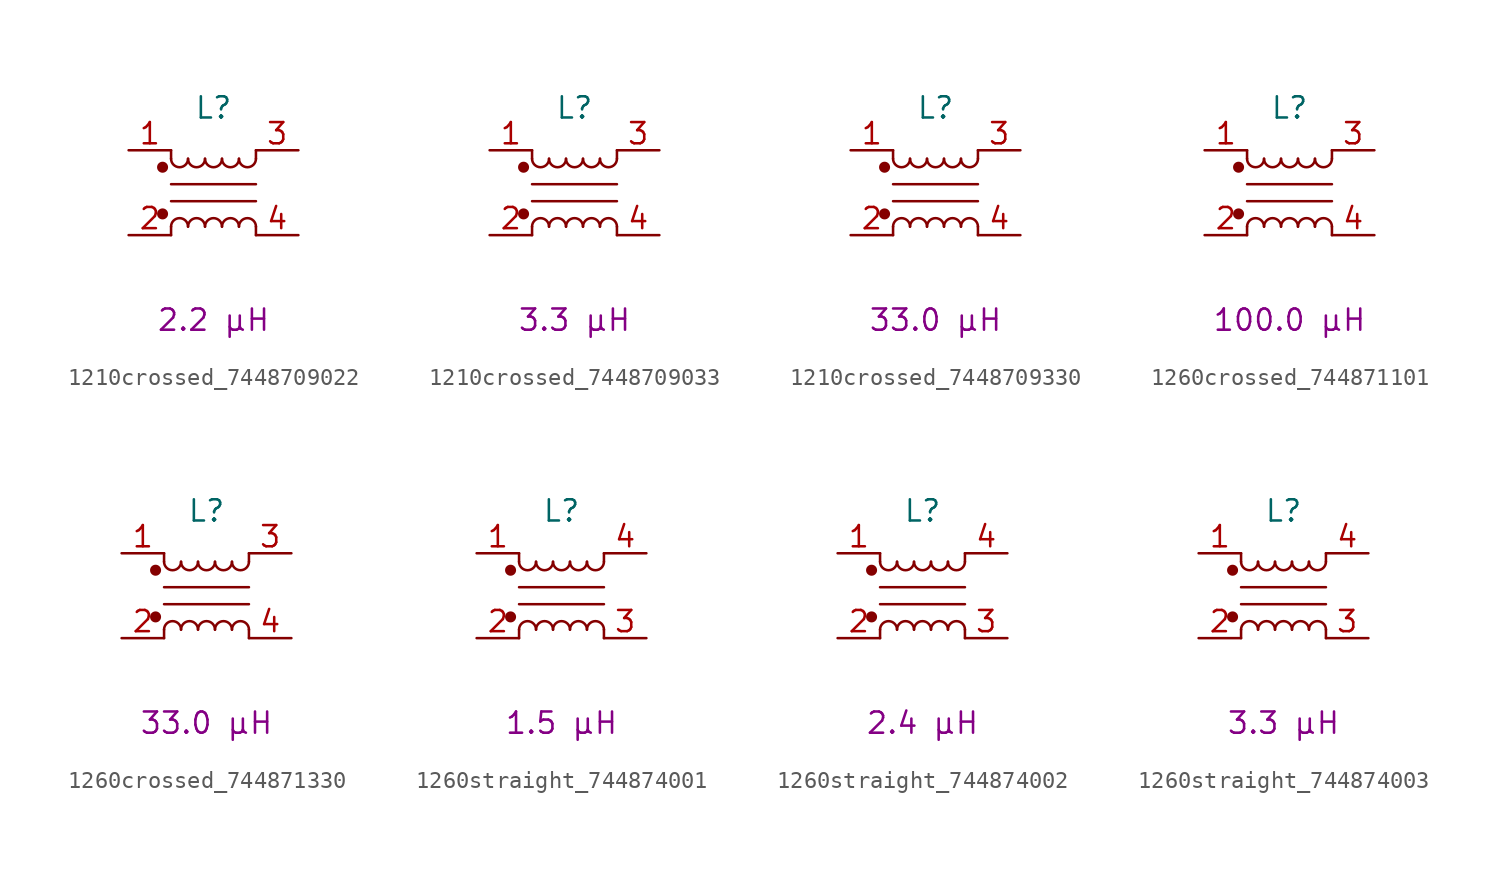
<source format=kicad_sym>
(kicad_symbol_lib
  (version 20241209)
  (generator "kicad_symbol_editor")
  (generator_version "9.0")
  (symbol "1210crossed_7448709022"
    (pin_names
      (hide yes))
    (property "Reference" "L"
      (at 0 5.08 0)
      (effects (font (size 1.27 1.27))))
    (property "Critical Parameter" "2.2 µH"
      (at 0 -7.62 0)
      (effects (font (size 1.27 1.27))))
    (symbol "1210crossed_7448709022_0_1"
      (circle (center -3.048 1.524) (radius 0.254) (stroke (width 0) (type default)) (fill (type outline)))
      (circle (center -3.048 -1.27) (radius 0.254) (stroke (width 0) (type default)) (fill (type outline)))
      (polyline (pts (xy -2.54 2.032) (xy -2.54 2.54)) (stroke (width 0) (type default)) (fill (type none)))
      (polyline (pts (xy -2.54 0.508) (xy 2.54 0.508)) (stroke (width 0) (type default)) (fill (type none)))
      (polyline (pts (xy -2.54 -2.032) (xy -2.54 -2.54)) (stroke (width 0) (type default)) (fill (type none)))
      (arc (start -1.524 2.032) (mid -2.032 1.5262) (end -2.54 2.032) (stroke (width 0) (type default)) (fill (type none)))
      (arc (start -2.54 -2.032) (mid -2.032 -1.5262) (end -1.524 -2.032) (stroke (width 0) (type default)) (fill (type none)))
      (arc (start -0.508 2.032) (mid -1.016 1.5262) (end -1.524 2.032) (stroke (width 0) (type default)) (fill (type none)))
      (arc (start -1.524 -2.032) (mid -1.016 -1.5262) (end -0.508 -2.032) (stroke (width 0) (type default)) (fill (type none)))
      (arc (start 0.508 2.032) (mid 0 1.5262) (end -0.508 2.032) (stroke (width 0) (type default)) (fill (type none)))
      (arc (start -0.508 -2.032) (mid 0 -1.5262) (end 0.508 -2.032) (stroke (width 0) (type default)) (fill (type none)))
      (arc (start 1.524 2.032) (mid 1.016 1.5262) (end 0.508 2.032) (stroke (width 0) (type default)) (fill (type none)))
      (arc (start 0.508 -2.032) (mid 1.016 -1.5262) (end 1.524 -2.032) (stroke (width 0) (type default)) (fill (type none)))
      (arc (start 2.54 2.032) (mid 2.032 1.5262) (end 1.524 2.032) (stroke (width 0) (type default)) (fill (type none)))
      (arc (start 1.524 -2.032) (mid 2.032 -1.5262) (end 2.54 -2.032) (stroke (width 0) (type default)) (fill (type none)))
      (polyline (pts (xy 2.54 2.54) (xy 2.54 2.032)) (stroke (width 0) (type default)) (fill (type none)))
      (polyline (pts (xy 2.54 -0.508) (xy -2.54 -0.508)) (stroke (width 0) (type default)) (fill (type none)))
      (polyline (pts (xy 2.54 -2.032) (xy 2.54 -2.54)) (stroke (width 0) (type default)) (fill (type none))))
    (symbol "1210crossed_7448709022_1_1"
      (pin passive line (at -5.08 2.54 0) (length 2.54) (name "1" (effects (font (size 1.27 1.27)))) (number "1" (effects (font (size 1.27 1.27)))))
      (pin passive line (at -5.08 -2.54 0) (length 2.54) (name "2" (effects (font (size 1.27 1.27)))) (number "2" (effects (font (size 1.27 1.27)))))
      (pin passive line (at 5.08 2.54 180) (length 2.54) (name "3" (effects (font (size 1.27 1.27)))) (number "3" (effects (font (size 1.27 1.27)))))
      (pin passive line (at 5.08 -2.54 180) (length 2.54) (name "4" (effects (font (size 1.27 1.27)))) (number "4" (effects (font (size 1.27 1.27)))))))
  (symbol "1210crossed_7448709033"
    (pin_names
      (hide yes))
    (property "Reference" "L"
      (at 0 5.08 0)
      (effects (font (size 1.27 1.27))))
    (property "Critical Parameter" "3.3 µH"
      (at 0 -7.62 0)
      (effects (font (size 1.27 1.27))))
    (symbol "1210crossed_7448709033_0_1"
      (circle (center -3.048 1.524) (radius 0.254) (stroke (width 0) (type default)) (fill (type outline)))
      (circle (center -3.048 -1.27) (radius 0.254) (stroke (width 0) (type default)) (fill (type outline)))
      (polyline (pts (xy -2.54 2.032) (xy -2.54 2.54)) (stroke (width 0) (type default)) (fill (type none)))
      (polyline (pts (xy -2.54 0.508) (xy 2.54 0.508)) (stroke (width 0) (type default)) (fill (type none)))
      (polyline (pts (xy -2.54 -2.032) (xy -2.54 -2.54)) (stroke (width 0) (type default)) (fill (type none)))
      (arc (start -1.524 2.032) (mid -2.032 1.5262) (end -2.54 2.032) (stroke (width 0) (type default)) (fill (type none)))
      (arc (start -2.54 -2.032) (mid -2.032 -1.5262) (end -1.524 -2.032) (stroke (width 0) (type default)) (fill (type none)))
      (arc (start -0.508 2.032) (mid -1.016 1.5262) (end -1.524 2.032) (stroke (width 0) (type default)) (fill (type none)))
      (arc (start -1.524 -2.032) (mid -1.016 -1.5262) (end -0.508 -2.032) (stroke (width 0) (type default)) (fill (type none)))
      (arc (start 0.508 2.032) (mid 0 1.5262) (end -0.508 2.032) (stroke (width 0) (type default)) (fill (type none)))
      (arc (start -0.508 -2.032) (mid 0 -1.5262) (end 0.508 -2.032) (stroke (width 0) (type default)) (fill (type none)))
      (arc (start 1.524 2.032) (mid 1.016 1.5262) (end 0.508 2.032) (stroke (width 0) (type default)) (fill (type none)))
      (arc (start 0.508 -2.032) (mid 1.016 -1.5262) (end 1.524 -2.032) (stroke (width 0) (type default)) (fill (type none)))
      (arc (start 2.54 2.032) (mid 2.032 1.5262) (end 1.524 2.032) (stroke (width 0) (type default)) (fill (type none)))
      (arc (start 1.524 -2.032) (mid 2.032 -1.5262) (end 2.54 -2.032) (stroke (width 0) (type default)) (fill (type none)))
      (polyline (pts (xy 2.54 2.54) (xy 2.54 2.032)) (stroke (width 0) (type default)) (fill (type none)))
      (polyline (pts (xy 2.54 -0.508) (xy -2.54 -0.508)) (stroke (width 0) (type default)) (fill (type none)))
      (polyline (pts (xy 2.54 -2.032) (xy 2.54 -2.54)) (stroke (width 0) (type default)) (fill (type none))))
    (symbol "1210crossed_7448709033_1_1"
      (pin passive line (at -5.08 2.54 0) (length 2.54) (name "1" (effects (font (size 1.27 1.27)))) (number "1" (effects (font (size 1.27 1.27)))))
      (pin passive line (at -5.08 -2.54 0) (length 2.54) (name "2" (effects (font (size 1.27 1.27)))) (number "2" (effects (font (size 1.27 1.27)))))
      (pin passive line (at 5.08 2.54 180) (length 2.54) (name "3" (effects (font (size 1.27 1.27)))) (number "3" (effects (font (size 1.27 1.27)))))
      (pin passive line (at 5.08 -2.54 180) (length 2.54) (name "4" (effects (font (size 1.27 1.27)))) (number "4" (effects (font (size 1.27 1.27)))))))
  (symbol "1210crossed_7448709330"
    (pin_names
      (hide yes))
    (property "Reference" "L"
      (at 0 5.08 0)
      (effects (font (size 1.27 1.27))))
    (property "Critical Parameter" "33.0 µH"
      (at 0 -7.62 0)
      (effects (font (size 1.27 1.27))))
    (symbol "1210crossed_7448709330_0_1"
      (circle (center -3.048 1.524) (radius 0.254) (stroke (width 0) (type default)) (fill (type outline)))
      (circle (center -3.048 -1.27) (radius 0.254) (stroke (width 0) (type default)) (fill (type outline)))
      (polyline (pts (xy -2.54 2.032) (xy -2.54 2.54)) (stroke (width 0) (type default)) (fill (type none)))
      (polyline (pts (xy -2.54 0.508) (xy 2.54 0.508)) (stroke (width 0) (type default)) (fill (type none)))
      (polyline (pts (xy -2.54 -2.032) (xy -2.54 -2.54)) (stroke (width 0) (type default)) (fill (type none)))
      (arc (start -1.524 2.032) (mid -2.032 1.5262) (end -2.54 2.032) (stroke (width 0) (type default)) (fill (type none)))
      (arc (start -2.54 -2.032) (mid -2.032 -1.5262) (end -1.524 -2.032) (stroke (width 0) (type default)) (fill (type none)))
      (arc (start -0.508 2.032) (mid -1.016 1.5262) (end -1.524 2.032) (stroke (width 0) (type default)) (fill (type none)))
      (arc (start -1.524 -2.032) (mid -1.016 -1.5262) (end -0.508 -2.032) (stroke (width 0) (type default)) (fill (type none)))
      (arc (start 0.508 2.032) (mid 0 1.5262) (end -0.508 2.032) (stroke (width 0) (type default)) (fill (type none)))
      (arc (start -0.508 -2.032) (mid 0 -1.5262) (end 0.508 -2.032) (stroke (width 0) (type default)) (fill (type none)))
      (arc (start 1.524 2.032) (mid 1.016 1.5262) (end 0.508 2.032) (stroke (width 0) (type default)) (fill (type none)))
      (arc (start 0.508 -2.032) (mid 1.016 -1.5262) (end 1.524 -2.032) (stroke (width 0) (type default)) (fill (type none)))
      (arc (start 2.54 2.032) (mid 2.032 1.5262) (end 1.524 2.032) (stroke (width 0) (type default)) (fill (type none)))
      (arc (start 1.524 -2.032) (mid 2.032 -1.5262) (end 2.54 -2.032) (stroke (width 0) (type default)) (fill (type none)))
      (polyline (pts (xy 2.54 2.54) (xy 2.54 2.032)) (stroke (width 0) (type default)) (fill (type none)))
      (polyline (pts (xy 2.54 -0.508) (xy -2.54 -0.508)) (stroke (width 0) (type default)) (fill (type none)))
      (polyline (pts (xy 2.54 -2.032) (xy 2.54 -2.54)) (stroke (width 0) (type default)) (fill (type none))))
    (symbol "1210crossed_7448709330_1_1"
      (pin passive line (at -5.08 2.54 0) (length 2.54) (name "1" (effects (font (size 1.27 1.27)))) (number "1" (effects (font (size 1.27 1.27)))))
      (pin passive line (at -5.08 -2.54 0) (length 2.54) (name "2" (effects (font (size 1.27 1.27)))) (number "2" (effects (font (size 1.27 1.27)))))
      (pin passive line (at 5.08 2.54 180) (length 2.54) (name "3" (effects (font (size 1.27 1.27)))) (number "3" (effects (font (size 1.27 1.27)))))
      (pin passive line (at 5.08 -2.54 180) (length 2.54) (name "4" (effects (font (size 1.27 1.27)))) (number "4" (effects (font (size 1.27 1.27)))))))
  (symbol "1260crossed_744871101"
    (pin_names
      (hide yes))
    (property "Reference" "L"
      (at 0 5.08 0)
      (effects (font (size 1.27 1.27))))
    (property "Critical Parameter" "100.0 µH"
      (at 0 -7.62 0)
      (effects (font (size 1.27 1.27))))
    (symbol "1260crossed_744871101_0_1"
      (circle (center -3.048 1.524) (radius 0.254) (stroke (width 0) (type default)) (fill (type outline)))
      (circle (center -3.048 -1.27) (radius 0.254) (stroke (width 0) (type default)) (fill (type outline)))
      (polyline (pts (xy -2.54 2.032) (xy -2.54 2.54)) (stroke (width 0) (type default)) (fill (type none)))
      (polyline (pts (xy -2.54 0.508) (xy 2.54 0.508)) (stroke (width 0) (type default)) (fill (type none)))
      (polyline (pts (xy -2.54 -2.032) (xy -2.54 -2.54)) (stroke (width 0) (type default)) (fill (type none)))
      (arc (start -1.524 2.032) (mid -2.032 1.5262) (end -2.54 2.032) (stroke (width 0) (type default)) (fill (type none)))
      (arc (start -2.54 -2.032) (mid -2.032 -1.5262) (end -1.524 -2.032) (stroke (width 0) (type default)) (fill (type none)))
      (arc (start -0.508 2.032) (mid -1.016 1.5262) (end -1.524 2.032) (stroke (width 0) (type default)) (fill (type none)))
      (arc (start -1.524 -2.032) (mid -1.016 -1.5262) (end -0.508 -2.032) (stroke (width 0) (type default)) (fill (type none)))
      (arc (start 0.508 2.032) (mid 0 1.5262) (end -0.508 2.032) (stroke (width 0) (type default)) (fill (type none)))
      (arc (start -0.508 -2.032) (mid 0 -1.5262) (end 0.508 -2.032) (stroke (width 0) (type default)) (fill (type none)))
      (arc (start 1.524 2.032) (mid 1.016 1.5262) (end 0.508 2.032) (stroke (width 0) (type default)) (fill (type none)))
      (arc (start 0.508 -2.032) (mid 1.016 -1.5262) (end 1.524 -2.032) (stroke (width 0) (type default)) (fill (type none)))
      (arc (start 2.54 2.032) (mid 2.032 1.5262) (end 1.524 2.032) (stroke (width 0) (type default)) (fill (type none)))
      (arc (start 1.524 -2.032) (mid 2.032 -1.5262) (end 2.54 -2.032) (stroke (width 0) (type default)) (fill (type none)))
      (polyline (pts (xy 2.54 2.54) (xy 2.54 2.032)) (stroke (width 0) (type default)) (fill (type none)))
      (polyline (pts (xy 2.54 -0.508) (xy -2.54 -0.508)) (stroke (width 0) (type default)) (fill (type none)))
      (polyline (pts (xy 2.54 -2.032) (xy 2.54 -2.54)) (stroke (width 0) (type default)) (fill (type none))))
    (symbol "1260crossed_744871101_1_1"
      (pin passive line (at -5.08 2.54 0) (length 2.54) (name "1" (effects (font (size 1.27 1.27)))) (number "1" (effects (font (size 1.27 1.27)))))
      (pin passive line (at -5.08 -2.54 0) (length 2.54) (name "2" (effects (font (size 1.27 1.27)))) (number "2" (effects (font (size 1.27 1.27)))))
      (pin passive line (at 5.08 2.54 180) (length 2.54) (name "3" (effects (font (size 1.27 1.27)))) (number "3" (effects (font (size 1.27 1.27)))))
      (pin passive line (at 5.08 -2.54 180) (length 2.54) (name "4" (effects (font (size 1.27 1.27)))) (number "4" (effects (font (size 1.27 1.27)))))))
  (symbol "1260crossed_744871330"
    (pin_names
      (hide yes))
    (property "Reference" "L"
      (at 0 5.08 0)
      (effects (font (size 1.27 1.27))))
    (property "Critical Parameter" "33.0 µH"
      (at 0 -7.62 0)
      (effects (font (size 1.27 1.27))))
    (symbol "1260crossed_744871330_0_1"
      (circle (center -3.048 1.524) (radius 0.254) (stroke (width 0) (type default)) (fill (type outline)))
      (circle (center -3.048 -1.27) (radius 0.254) (stroke (width 0) (type default)) (fill (type outline)))
      (polyline (pts (xy -2.54 2.032) (xy -2.54 2.54)) (stroke (width 0) (type default)) (fill (type none)))
      (polyline (pts (xy -2.54 0.508) (xy 2.54 0.508)) (stroke (width 0) (type default)) (fill (type none)))
      (polyline (pts (xy -2.54 -2.032) (xy -2.54 -2.54)) (stroke (width 0) (type default)) (fill (type none)))
      (arc (start -1.524 2.032) (mid -2.032 1.5262) (end -2.54 2.032) (stroke (width 0) (type default)) (fill (type none)))
      (arc (start -2.54 -2.032) (mid -2.032 -1.5262) (end -1.524 -2.032) (stroke (width 0) (type default)) (fill (type none)))
      (arc (start -0.508 2.032) (mid -1.016 1.5262) (end -1.524 2.032) (stroke (width 0) (type default)) (fill (type none)))
      (arc (start -1.524 -2.032) (mid -1.016 -1.5262) (end -0.508 -2.032) (stroke (width 0) (type default)) (fill (type none)))
      (arc (start 0.508 2.032) (mid 0 1.5262) (end -0.508 2.032) (stroke (width 0) (type default)) (fill (type none)))
      (arc (start -0.508 -2.032) (mid 0 -1.5262) (end 0.508 -2.032) (stroke (width 0) (type default)) (fill (type none)))
      (arc (start 1.524 2.032) (mid 1.016 1.5262) (end 0.508 2.032) (stroke (width 0) (type default)) (fill (type none)))
      (arc (start 0.508 -2.032) (mid 1.016 -1.5262) (end 1.524 -2.032) (stroke (width 0) (type default)) (fill (type none)))
      (arc (start 2.54 2.032) (mid 2.032 1.5262) (end 1.524 2.032) (stroke (width 0) (type default)) (fill (type none)))
      (arc (start 1.524 -2.032) (mid 2.032 -1.5262) (end 2.54 -2.032) (stroke (width 0) (type default)) (fill (type none)))
      (polyline (pts (xy 2.54 2.54) (xy 2.54 2.032)) (stroke (width 0) (type default)) (fill (type none)))
      (polyline (pts (xy 2.54 -0.508) (xy -2.54 -0.508)) (stroke (width 0) (type default)) (fill (type none)))
      (polyline (pts (xy 2.54 -2.032) (xy 2.54 -2.54)) (stroke (width 0) (type default)) (fill (type none))))
    (symbol "1260crossed_744871330_1_1"
      (pin passive line (at -5.08 2.54 0) (length 2.54) (name "1" (effects (font (size 1.27 1.27)))) (number "1" (effects (font (size 1.27 1.27)))))
      (pin passive line (at -5.08 -2.54 0) (length 2.54) (name "2" (effects (font (size 1.27 1.27)))) (number "2" (effects (font (size 1.27 1.27)))))
      (pin passive line (at 5.08 2.54 180) (length 2.54) (name "3" (effects (font (size 1.27 1.27)))) (number "3" (effects (font (size 1.27 1.27)))))
      (pin passive line (at 5.08 -2.54 180) (length 2.54) (name "4" (effects (font (size 1.27 1.27)))) (number "4" (effects (font (size 1.27 1.27)))))))
  (symbol "1260straight_744874001"
    (pin_names
      (hide yes))
    (property "Reference" "L"
      (at 0 5.08 0)
      (effects (font (size 1.27 1.27))))
    (property "Critical Parameter" "1.5 µH"
      (at 0 -7.62 0)
      (effects (font (size 1.27 1.27))))
    (symbol "1260straight_744874001_0_1"
      (circle (center -3.048 1.524) (radius 0.254) (stroke (width 0) (type default)) (fill (type outline)))
      (circle (center -3.048 -1.27) (radius 0.254) (stroke (width 0) (type default)) (fill (type outline)))
      (polyline (pts (xy -2.54 2.032) (xy -2.54 2.54)) (stroke (width 0) (type default)) (fill (type none)))
      (polyline (pts (xy -2.54 0.508) (xy 2.54 0.508)) (stroke (width 0) (type default)) (fill (type none)))
      (polyline (pts (xy -2.54 -2.032) (xy -2.54 -2.54)) (stroke (width 0) (type default)) (fill (type none)))
      (arc (start -1.524 2.032) (mid -2.032 1.5262) (end -2.54 2.032) (stroke (width 0) (type default)) (fill (type none)))
      (arc (start -2.54 -2.032) (mid -2.032 -1.5262) (end -1.524 -2.032) (stroke (width 0) (type default)) (fill (type none)))
      (arc (start -0.508 2.032) (mid -1.016 1.5262) (end -1.524 2.032) (stroke (width 0) (type default)) (fill (type none)))
      (arc (start -1.524 -2.032) (mid -1.016 -1.5262) (end -0.508 -2.032) (stroke (width 0) (type default)) (fill (type none)))
      (arc (start 0.508 2.032) (mid 0 1.5262) (end -0.508 2.032) (stroke (width 0) (type default)) (fill (type none)))
      (arc (start -0.508 -2.032) (mid 0 -1.5262) (end 0.508 -2.032) (stroke (width 0) (type default)) (fill (type none)))
      (arc (start 1.524 2.032) (mid 1.016 1.5262) (end 0.508 2.032) (stroke (width 0) (type default)) (fill (type none)))
      (arc (start 0.508 -2.032) (mid 1.016 -1.5262) (end 1.524 -2.032) (stroke (width 0) (type default)) (fill (type none)))
      (arc (start 2.54 2.032) (mid 2.032 1.5262) (end 1.524 2.032) (stroke (width 0) (type default)) (fill (type none)))
      (arc (start 1.524 -2.032) (mid 2.032 -1.5262) (end 2.54 -2.032) (stroke (width 0) (type default)) (fill (type none)))
      (polyline (pts (xy 2.54 2.54) (xy 2.54 2.032)) (stroke (width 0) (type default)) (fill (type none)))
      (polyline (pts (xy 2.54 -0.508) (xy -2.54 -0.508)) (stroke (width 0) (type default)) (fill (type none)))
      (polyline (pts (xy 2.54 -2.032) (xy 2.54 -2.54)) (stroke (width 0) (type default)) (fill (type none))))
    (symbol "1260straight_744874001_1_1"
      (pin passive line (at -5.08 2.54 0) (length 2.54) (name "1" (effects (font (size 1.27 1.27)))) (number "1" (effects (font (size 1.27 1.27)))))
      (pin passive line (at -5.08 -2.54 0) (length 2.54) (name "2" (effects (font (size 1.27 1.27)))) (number "2" (effects (font (size 1.27 1.27)))))
      (pin passive line (at 5.08 2.54 180) (length 2.54) (name "4" (effects (font (size 1.27 1.27)))) (number "4" (effects (font (size 1.27 1.27)))))
      (pin passive line (at 5.08 -2.54 180) (length 2.54) (name "3" (effects (font (size 1.27 1.27)))) (number "3" (effects (font (size 1.27 1.27)))))))
  (symbol "1260straight_744874002"
    (pin_names
      (hide yes))
    (property "Reference" "L"
      (at 0 5.08 0)
      (effects (font (size 1.27 1.27))))
    (property "Critical Parameter" "2.4 µH"
      (at 0 -7.62 0)
      (effects (font (size 1.27 1.27))))
    (symbol "1260straight_744874002_0_1"
      (circle (center -3.048 1.524) (radius 0.254) (stroke (width 0) (type default)) (fill (type outline)))
      (circle (center -3.048 -1.27) (radius 0.254) (stroke (width 0) (type default)) (fill (type outline)))
      (polyline (pts (xy -2.54 2.032) (xy -2.54 2.54)) (stroke (width 0) (type default)) (fill (type none)))
      (polyline (pts (xy -2.54 0.508) (xy 2.54 0.508)) (stroke (width 0) (type default)) (fill (type none)))
      (polyline (pts (xy -2.54 -2.032) (xy -2.54 -2.54)) (stroke (width 0) (type default)) (fill (type none)))
      (arc (start -1.524 2.032) (mid -2.032 1.5262) (end -2.54 2.032) (stroke (width 0) (type default)) (fill (type none)))
      (arc (start -2.54 -2.032) (mid -2.032 -1.5262) (end -1.524 -2.032) (stroke (width 0) (type default)) (fill (type none)))
      (arc (start -0.508 2.032) (mid -1.016 1.5262) (end -1.524 2.032) (stroke (width 0) (type default)) (fill (type none)))
      (arc (start -1.524 -2.032) (mid -1.016 -1.5262) (end -0.508 -2.032) (stroke (width 0) (type default)) (fill (type none)))
      (arc (start 0.508 2.032) (mid 0 1.5262) (end -0.508 2.032) (stroke (width 0) (type default)) (fill (type none)))
      (arc (start -0.508 -2.032) (mid 0 -1.5262) (end 0.508 -2.032) (stroke (width 0) (type default)) (fill (type none)))
      (arc (start 1.524 2.032) (mid 1.016 1.5262) (end 0.508 2.032) (stroke (width 0) (type default)) (fill (type none)))
      (arc (start 0.508 -2.032) (mid 1.016 -1.5262) (end 1.524 -2.032) (stroke (width 0) (type default)) (fill (type none)))
      (arc (start 2.54 2.032) (mid 2.032 1.5262) (end 1.524 2.032) (stroke (width 0) (type default)) (fill (type none)))
      (arc (start 1.524 -2.032) (mid 2.032 -1.5262) (end 2.54 -2.032) (stroke (width 0) (type default)) (fill (type none)))
      (polyline (pts (xy 2.54 2.54) (xy 2.54 2.032)) (stroke (width 0) (type default)) (fill (type none)))
      (polyline (pts (xy 2.54 -0.508) (xy -2.54 -0.508)) (stroke (width 0) (type default)) (fill (type none)))
      (polyline (pts (xy 2.54 -2.032) (xy 2.54 -2.54)) (stroke (width 0) (type default)) (fill (type none))))
    (symbol "1260straight_744874002_1_1"
      (pin passive line (at -5.08 2.54 0) (length 2.54) (name "1" (effects (font (size 1.27 1.27)))) (number "1" (effects (font (size 1.27 1.27)))))
      (pin passive line (at -5.08 -2.54 0) (length 2.54) (name "2" (effects (font (size 1.27 1.27)))) (number "2" (effects (font (size 1.27 1.27)))))
      (pin passive line (at 5.08 2.54 180) (length 2.54) (name "4" (effects (font (size 1.27 1.27)))) (number "4" (effects (font (size 1.27 1.27)))))
      (pin passive line (at 5.08 -2.54 180) (length 2.54) (name "3" (effects (font (size 1.27 1.27)))) (number "3" (effects (font (size 1.27 1.27)))))))
  (symbol "1260straight_744874003"
    (pin_names
      (hide yes))
    (property "Reference" "L"
      (at 0 5.08 0)
      (effects (font (size 1.27 1.27))))
    (property "Critical Parameter" "3.3 µH"
      (at 0 -7.62 0)
      (effects (font (size 1.27 1.27))))
    (symbol "1260straight_744874003_0_1"
      (circle (center -3.048 1.524) (radius 0.254) (stroke (width 0) (type default)) (fill (type outline)))
      (circle (center -3.048 -1.27) (radius 0.254) (stroke (width 0) (type default)) (fill (type outline)))
      (polyline (pts (xy -2.54 2.032) (xy -2.54 2.54)) (stroke (width 0) (type default)) (fill (type none)))
      (polyline (pts (xy -2.54 0.508) (xy 2.54 0.508)) (stroke (width 0) (type default)) (fill (type none)))
      (polyline (pts (xy -2.54 -2.032) (xy -2.54 -2.54)) (stroke (width 0) (type default)) (fill (type none)))
      (arc (start -1.524 2.032) (mid -2.032 1.5262) (end -2.54 2.032) (stroke (width 0) (type default)) (fill (type none)))
      (arc (start -2.54 -2.032) (mid -2.032 -1.5262) (end -1.524 -2.032) (stroke (width 0) (type default)) (fill (type none)))
      (arc (start -0.508 2.032) (mid -1.016 1.5262) (end -1.524 2.032) (stroke (width 0) (type default)) (fill (type none)))
      (arc (start -1.524 -2.032) (mid -1.016 -1.5262) (end -0.508 -2.032) (stroke (width 0) (type default)) (fill (type none)))
      (arc (start 0.508 2.032) (mid 0 1.5262) (end -0.508 2.032) (stroke (width 0) (type default)) (fill (type none)))
      (arc (start -0.508 -2.032) (mid 0 -1.5262) (end 0.508 -2.032) (stroke (width 0) (type default)) (fill (type none)))
      (arc (start 1.524 2.032) (mid 1.016 1.5262) (end 0.508 2.032) (stroke (width 0) (type default)) (fill (type none)))
      (arc (start 0.508 -2.032) (mid 1.016 -1.5262) (end 1.524 -2.032) (stroke (width 0) (type default)) (fill (type none)))
      (arc (start 2.54 2.032) (mid 2.032 1.5262) (end 1.524 2.032) (stroke (width 0) (type default)) (fill (type none)))
      (arc (start 1.524 -2.032) (mid 2.032 -1.5262) (end 2.54 -2.032) (stroke (width 0) (type default)) (fill (type none)))
      (polyline (pts (xy 2.54 2.54) (xy 2.54 2.032)) (stroke (width 0) (type default)) (fill (type none)))
      (polyline (pts (xy 2.54 -0.508) (xy -2.54 -0.508)) (stroke (width 0) (type default)) (fill (type none)))
      (polyline (pts (xy 2.54 -2.032) (xy 2.54 -2.54)) (stroke (width 0) (type default)) (fill (type none))))
    (symbol "1260straight_744874003_1_1"
      (pin passive line (at -5.08 2.54 0) (length 2.54) (name "1" (effects (font (size 1.27 1.27)))) (number "1" (effects (font (size 1.27 1.27)))))
      (pin passive line (at -5.08 -2.54 0) (length 2.54) (name "2" (effects (font (size 1.27 1.27)))) (number "2" (effects (font (size 1.27 1.27)))))
      (pin passive line (at 5.08 2.54 180) (length 2.54) (name "4" (effects (font (size 1.27 1.27)))) (number "4" (effects (font (size 1.27 1.27)))))
      (pin passive line (at 5.08 -2.54 180) (length 2.54) (name "3" (effects (font (size 1.27 1.27)))) (number "3" (effects (font (size 1.27 1.27))))))))
</source>
